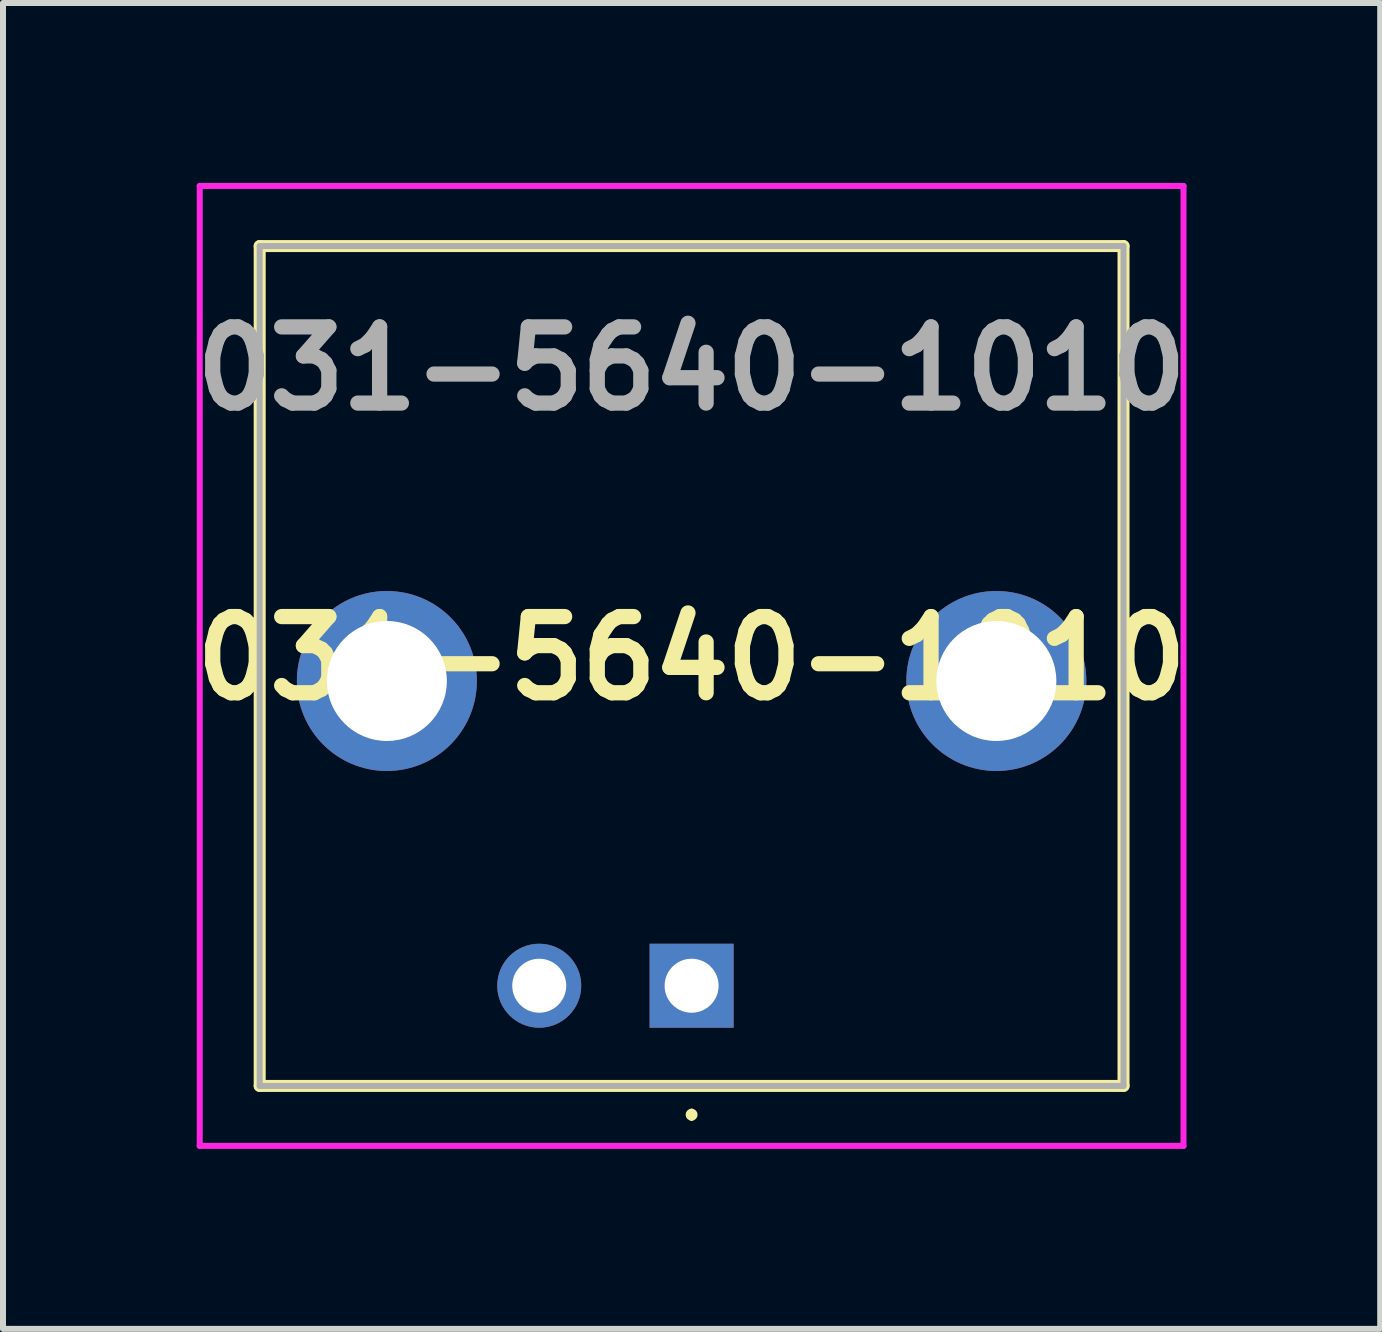
<source format=kicad_pcb>
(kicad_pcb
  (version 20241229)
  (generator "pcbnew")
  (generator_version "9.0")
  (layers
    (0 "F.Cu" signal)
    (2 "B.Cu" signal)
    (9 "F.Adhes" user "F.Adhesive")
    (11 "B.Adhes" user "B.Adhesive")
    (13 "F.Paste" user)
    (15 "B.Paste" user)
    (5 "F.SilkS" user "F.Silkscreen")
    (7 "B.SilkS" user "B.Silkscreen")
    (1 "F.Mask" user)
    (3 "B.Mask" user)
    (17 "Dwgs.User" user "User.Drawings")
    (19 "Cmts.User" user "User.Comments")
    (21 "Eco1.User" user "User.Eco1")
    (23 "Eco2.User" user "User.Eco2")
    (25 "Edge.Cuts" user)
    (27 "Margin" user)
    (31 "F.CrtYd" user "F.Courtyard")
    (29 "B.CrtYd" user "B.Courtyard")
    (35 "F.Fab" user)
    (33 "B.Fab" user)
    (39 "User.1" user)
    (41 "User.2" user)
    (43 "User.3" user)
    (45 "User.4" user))
  (footprint "031-5640-1010"
    (layer "F.Cu")
    (at 8.479 7.67)
    (property "Reference" "031-5640-1010" (at 0 0.254 0) (layer "F.SilkS") (effects (font (size 1.27 1.27) (thickness 0.254))))
    (attr through_hole)
    (fp_line (start -7.2 -6.618) (end -7.2 7.382) (stroke (width 0.2) (type solid)) (layer "F.SilkS"))
    (fp_line (start -7.2 7.382) (end 7.2 7.382) (stroke (width 0.2) (type solid)) (layer "F.SilkS"))
    (fp_line (start 0 7.812) (end 0 7.812) (stroke (width 0.1) (type solid)) (layer "F.SilkS"))
    (fp_line (start 0 7.912) (end 0 7.912) (stroke (width 0.1) (type solid)) (layer "F.SilkS"))
    (fp_line (start 7.2 -6.618) (end -7.2 -6.618) (stroke (width 0.2) (type solid)) (layer "F.SilkS"))
    (fp_line (start 7.2 7.382) (end 7.2 -6.618) (stroke (width 0.2) (type solid)) (layer "F.SilkS"))
    (fp_arc (start 0 7.812) (mid 0.05 7.862) (end 0 7.912) (stroke (width 0.1) (type solid)) (layer "F.SilkS"))
    (fp_arc (start 0 7.912) (mid -0.05 7.862) (end 0 7.812) (stroke (width 0.1) (type solid)) (layer "F.SilkS"))
    (fp_line (start -8.2 -7.62) (end 8.2 -7.62) (stroke (width 0.1) (type solid)) (layer "F.CrtYd"))
    (fp_line (start -8.2 8.382) (end -8.2 -7.62) (stroke (width 0.1) (type solid)) (layer "F.CrtYd"))
    (fp_line (start 8.2 -7.62) (end 8.2 8.382) (stroke (width 0.1) (type solid)) (layer "F.CrtYd"))
    (fp_line (start 8.2 8.382) (end -8.2 8.382) (stroke (width 0.1) (type solid)) (layer "F.CrtYd"))
    (fp_line (start -7.2 -6.618) (end -7.2 7.382) (stroke (width 0.1) (type solid)) (layer "F.Fab"))
    (fp_line (start -7.2 7.382) (end 7.2 7.382) (stroke (width 0.1) (type solid)) (layer "F.Fab"))
    (fp_line (start 7.2 -6.618) (end -7.2 -6.618) (stroke (width 0.1) (type solid)) (layer "F.Fab"))
    (fp_line (start 7.2 7.382) (end 7.2 -6.618) (stroke (width 0.1) (type solid)) (layer "F.Fab"))
    (fp_text user "${REFERENCE}" (at 0 -4.575 0) (layer "F.Fab") (effects (font (size 1.27 1.27) (thickness 0.254))))
    (pad "1" thru_hole rect (at 0 5.712) (size 1.4 1.4) (drill 0.9) (layers "*.Cu" "*.Mask"))
    (pad "2" thru_hole circle (at -2.54 5.712) (size 1.4 1.4) (drill 0.9) (layers "*.Cu" "*.Mask"))
    (pad "3" thru_hole circle (at 5.08 0.632) (size 3 3) (drill 2) (layers "*.Cu" "*.Mask"))
    (pad "4" thru_hole circle (at -5.08 0.632) (size 3 3) (drill 2) (layers "*.Cu" "*.Mask")))
  (gr_rect
    (start -3 -3)
    (end 19.958 19.102)
    (stroke (width 0.1) (type default))
    (fill no)
    (layer "Edge.Cuts")))
</source>
